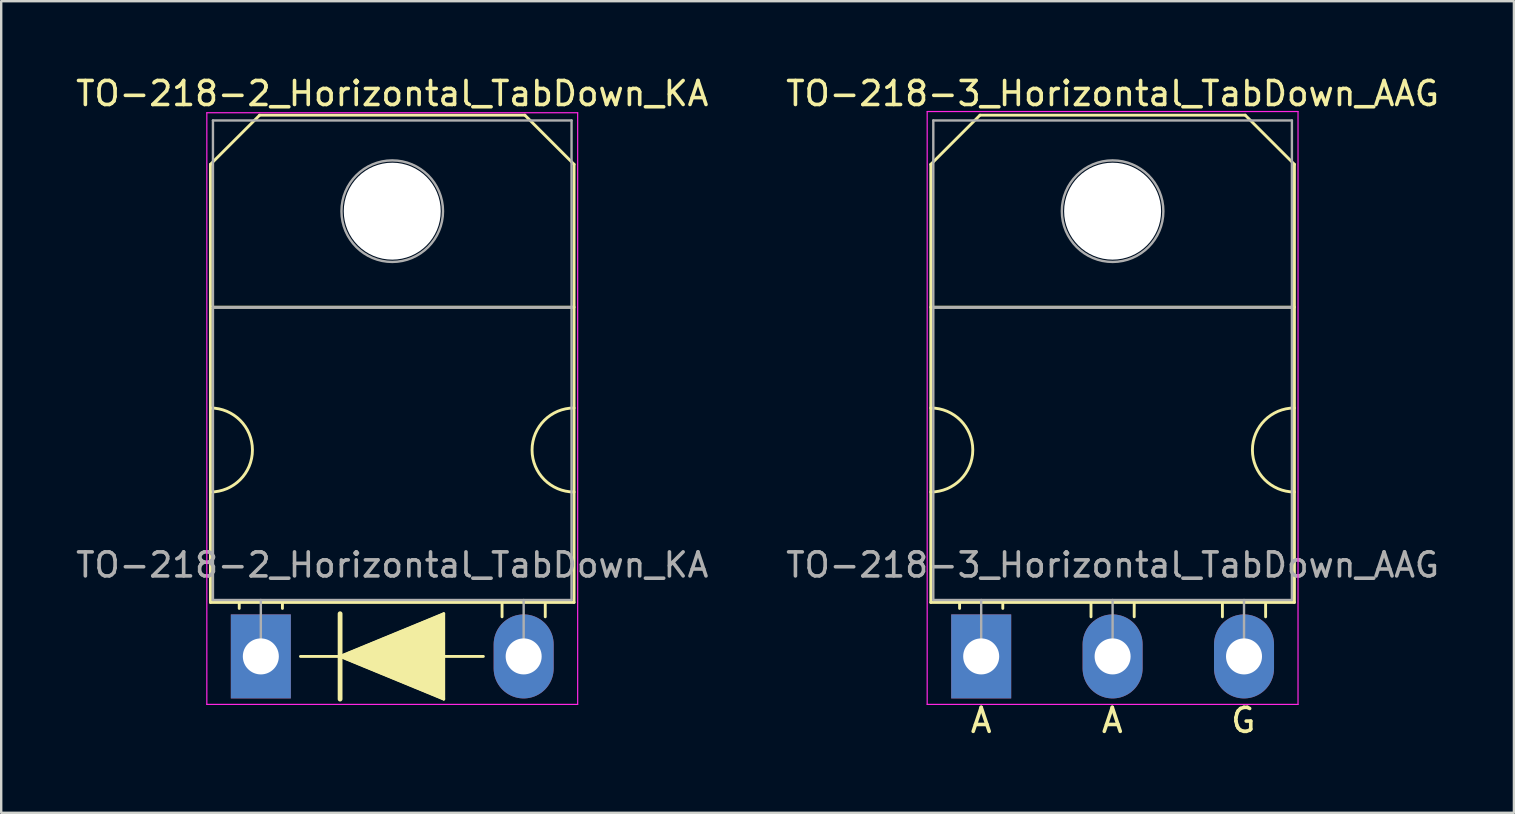
<source format=kicad_pcb>
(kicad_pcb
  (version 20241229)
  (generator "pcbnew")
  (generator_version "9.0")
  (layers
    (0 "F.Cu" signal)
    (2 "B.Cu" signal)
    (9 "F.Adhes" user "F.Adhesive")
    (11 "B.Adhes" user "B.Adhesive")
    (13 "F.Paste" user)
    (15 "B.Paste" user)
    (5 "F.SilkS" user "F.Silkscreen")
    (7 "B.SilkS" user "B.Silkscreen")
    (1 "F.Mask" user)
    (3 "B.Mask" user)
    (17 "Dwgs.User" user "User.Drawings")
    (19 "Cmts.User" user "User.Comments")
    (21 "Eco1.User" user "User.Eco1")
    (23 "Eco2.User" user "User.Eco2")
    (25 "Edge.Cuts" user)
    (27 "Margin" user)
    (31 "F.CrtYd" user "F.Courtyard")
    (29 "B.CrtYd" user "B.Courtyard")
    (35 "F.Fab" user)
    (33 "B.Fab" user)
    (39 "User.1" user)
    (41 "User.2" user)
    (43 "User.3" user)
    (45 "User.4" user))
  (footprint "TO-218-2_Horizontal_TabDown_KA"
    (layer "F.Cu")
    (at 7.817 24.298)
    (property "Reference" "TO-218-2_Horizontal_TabDown_KA" (at 5.475 -23.45 0) (layer "F.SilkS") (effects (font (size 1 1) (thickness 0.15))))
    (fp_line (start -2.1 -20.5) (end -0.05 -22.55) (stroke (width 0.12) (type solid)) (layer "F.SilkS"))
    (fp_line (start -2.1 -14.55) (end 13.05 -14.55) (stroke (width 0.12) (type solid)) (layer "F.SilkS"))
    (fp_line (start -2.1 -2.25) (end -2.1 -20.5) (stroke (width 0.12) (type solid)) (layer "F.SilkS"))
    (fp_line (start -0.9 -2.2) (end -0.9 -2) (stroke (width 0.12) (type solid)) (layer "F.SilkS"))
    (fp_line (start -0.05 -22.55) (end 11 -22.55) (stroke (width 0.12) (type solid)) (layer "F.SilkS"))
    (fp_line (start 0.9 -2.2) (end 0.9 -2) (stroke (width 0.12) (type solid)) (layer "F.SilkS"))
    (fp_line (start 1.651 0) (end 3.302 0) (stroke (width 0.12) (type solid)) (layer "F.SilkS"))
    (fp_line (start 3.302 0) (end 3.302 -1.778) (stroke (width 0.2) (type solid)) (layer "F.SilkS"))
    (fp_line (start 3.302 0) (end 7.62 -1.778) (stroke (width 0.12) (type solid)) (layer "F.SilkS"))
    (fp_line (start 3.302 1.778) (end 3.302 0) (stroke (width 0.2) (type solid)) (layer "F.SilkS"))
    (fp_line (start 7.62 -1.778) (end 7.62 1.778) (stroke (width 0.12) (type solid)) (layer "F.SilkS"))
    (fp_line (start 7.62 0) (end 9.271 0) (stroke (width 0.12) (type solid)) (layer "F.SilkS"))
    (fp_line (start 7.62 1.778) (end 3.302 0) (stroke (width 0.12) (type solid)) (layer "F.SilkS"))
    (fp_line (start 10.05 -2.2) (end 10.05 -1.65) (stroke (width 0.12) (type solid)) (layer "F.SilkS"))
    (fp_line (start 11.85 -2.2) (end 11.85 -1.65) (stroke (width 0.12) (type solid)) (layer "F.SilkS"))
    (fp_line (start 13.05 -20.5) (end 11 -22.55) (stroke (width 0.12) (type solid)) (layer "F.SilkS"))
    (fp_line (start 13.05 -20.5) (end 13.05 -2.25) (stroke (width 0.12) (type solid)) (layer "F.SilkS"))
    (fp_line (start 13.05 -2.25) (end -2.1 -2.25) (stroke (width 0.12) (type solid)) (layer "F.SilkS"))
    (fp_arc (start -2.1 -10.35) (mid -0.35 -8.6) (end -2.1 -6.85) (stroke (width 0.12) (type solid)) (layer "F.SilkS"))
    (fp_arc (start 13.05 -6.85) (mid 11.3 -8.6) (end 13.05 -10.35) (stroke (width 0.12) (type solid)) (layer "F.SilkS"))
    (fp_poly (pts (xy 7.62 1.778) (xy 3.302 0) (xy 7.62 -1.778)) (stroke (width 0.1) (type solid)) (fill yes) (layer "F.SilkS"))
    (fp_line (start -2.25 -22.65) (end -2.25 2) (stroke (width 0.05) (type solid)) (layer "F.CrtYd"))
    (fp_line (start -2.25 2) (end 13.2 2) (stroke (width 0.05) (type solid)) (layer "F.CrtYd"))
    (fp_line (start 13.2 -22.65) (end -2.25 -22.65) (stroke (width 0.05) (type solid)) (layer "F.CrtYd"))
    (fp_line (start 13.2 2) (end 13.2 -22.65) (stroke (width 0.05) (type solid)) (layer "F.CrtYd"))
    (fp_line (start -1.995 -22.33) (end 12.945 -22.33) (stroke (width 0.1) (type solid)) (layer "F.Fab"))
    (fp_line (start -1.995 -14.54) (end -1.995 -22.33) (stroke (width 0.1) (type solid)) (layer "F.Fab"))
    (fp_line (start -1.995 -14.54) (end 12.945 -14.54) (stroke (width 0.1) (type solid)) (layer "F.Fab"))
    (fp_line (start -1.995 -2.35) (end -1.995 -14.54) (stroke (width 0.1) (type solid)) (layer "F.Fab"))
    (fp_line (start 0 -2.35) (end 0 0) (stroke (width 0.1) (type solid)) (layer "F.Fab"))
    (fp_line (start 10.95 -2.35) (end 10.95 0) (stroke (width 0.1) (type solid)) (layer "F.Fab"))
    (fp_line (start 12.945 -22.33) (end 12.945 -14.54) (stroke (width 0.1) (type solid)) (layer "F.Fab"))
    (fp_line (start 12.945 -14.54) (end -1.995 -14.54) (stroke (width 0.1) (type solid)) (layer "F.Fab"))
    (fp_line (start 12.945 -14.54) (end 12.945 -2.35) (stroke (width 0.1) (type solid)) (layer "F.Fab"))
    (fp_line (start 12.945 -2.35) (end -1.995 -2.35) (stroke (width 0.1) (type solid)) (layer "F.Fab"))
    (fp_circle (center 5.475 -18.55) (end 7.59 -18.55) (stroke (width 0.1) (type solid)) (fill no) (layer "F.Fab"))
    (fp_text user "${REFERENCE}" (at 5.475 -3.81 0) (layer "F.Fab") (effects (font (size 1 1) (thickness 0.15))))
    (pad "" np_thru_hole oval (at 5.475 -18.55) (size 4.04 4.04) (drill 4.04) (layers "*.Cu" "*.Mask"))
    (pad "1" thru_hole rect (at 0 0) (size 2.5 3.5) (drill 1.5) (layers "*.Cu" "*.Mask"))
    (pad "2" thru_hole oval (at 10.95 0) (size 2.5 3.5) (drill 1.5) (layers "*.Cu" "*.Mask")))
  (footprint "TO-218-3_Horizontal_TabDown_AAG"
    (layer "F.Cu")
    (at 37.829 24.298)
    (property "Reference" "TO-218-3_Horizontal_TabDown_AAG" (at 5.475 -23.45 0) (layer "F.SilkS") (effects (font (size 1 1) (thickness 0.15))))
    (fp_line (start -2.1 -20.5) (end -0.05 -22.55) (stroke (width 0.12) (type solid)) (layer "F.SilkS"))
    (fp_line (start -2.1 -14.55) (end 13.05 -14.55) (stroke (width 0.12) (type solid)) (layer "F.SilkS"))
    (fp_line (start -2.1 -2.25) (end -2.1 -20.5) (stroke (width 0.12) (type solid)) (layer "F.SilkS"))
    (fp_line (start -0.9 -2.2) (end -0.9 -2) (stroke (width 0.12) (type solid)) (layer "F.SilkS"))
    (fp_line (start -0.05 -22.55) (end 11 -22.55) (stroke (width 0.12) (type solid)) (layer "F.SilkS"))
    (fp_line (start 0.9 -2.2) (end 0.9 -2) (stroke (width 0.12) (type solid)) (layer "F.SilkS"))
    (fp_line (start 4.575 -2.2) (end 4.575 -1.65) (stroke (width 0.12) (type solid)) (layer "F.SilkS"))
    (fp_line (start 6.375 -2.2) (end 6.375 -1.65) (stroke (width 0.12) (type solid)) (layer "F.SilkS"))
    (fp_line (start 10.05 -2.2) (end 10.05 -1.65) (stroke (width 0.12) (type solid)) (layer "F.SilkS"))
    (fp_line (start 11.85 -2.2) (end 11.85 -1.65) (stroke (width 0.12) (type solid)) (layer "F.SilkS"))
    (fp_line (start 13.05 -20.5) (end 11 -22.55) (stroke (width 0.12) (type solid)) (layer "F.SilkS"))
    (fp_line (start 13.05 -20.5) (end 13.05 -2.25) (stroke (width 0.12) (type solid)) (layer "F.SilkS"))
    (fp_line (start 13.05 -2.25) (end -2.1 -2.25) (stroke (width 0.12) (type solid)) (layer "F.SilkS"))
    (fp_arc (start -2.1 -10.35) (mid -0.35 -8.6) (end -2.1 -6.85) (stroke (width 0.12) (type solid)) (layer "F.SilkS"))
    (fp_arc (start 13.05 -6.85) (mid 11.3 -8.6) (end 13.05 -10.35) (stroke (width 0.12) (type solid)) (layer "F.SilkS"))
    (fp_line (start -2.25 -22.7) (end -2.25 2) (stroke (width 0.05) (type solid)) (layer "F.CrtYd"))
    (fp_line (start -2.25 2) (end 13.2 2) (stroke (width 0.05) (type solid)) (layer "F.CrtYd"))
    (fp_line (start 13.2 -22.7) (end -2.25 -22.7) (stroke (width 0.05) (type solid)) (layer "F.CrtYd"))
    (fp_line (start 13.2 2) (end 13.2 -22.7) (stroke (width 0.05) (type solid)) (layer "F.CrtYd"))
    (fp_line (start -1.995 -22.33) (end 12.945 -22.33) (stroke (width 0.1) (type solid)) (layer "F.Fab"))
    (fp_line (start -1.995 -14.54) (end -1.995 -22.33) (stroke (width 0.1) (type solid)) (layer "F.Fab"))
    (fp_line (start -1.995 -14.54) (end 12.945 -14.54) (stroke (width 0.1) (type solid)) (layer "F.Fab"))
    (fp_line (start -1.995 -2.35) (end -1.995 -14.54) (stroke (width 0.1) (type solid)) (layer "F.Fab"))
    (fp_line (start 0 -2.35) (end 0 0) (stroke (width 0.1) (type solid)) (layer "F.Fab"))
    (fp_line (start 5.475 -2.35) (end 5.475 0) (stroke (width 0.1) (type solid)) (layer "F.Fab"))
    (fp_line (start 10.95 -2.35) (end 10.95 0) (stroke (width 0.1) (type solid)) (layer "F.Fab"))
    (fp_line (start 12.945 -22.33) (end 12.945 -14.54) (stroke (width 0.1) (type solid)) (layer "F.Fab"))
    (fp_line (start 12.945 -14.54) (end -1.995 -14.54) (stroke (width 0.1) (type solid)) (layer "F.Fab"))
    (fp_line (start 12.945 -14.54) (end 12.945 -2.35) (stroke (width 0.1) (type solid)) (layer "F.Fab"))
    (fp_line (start 12.945 -2.35) (end -1.995 -2.35) (stroke (width 0.1) (type solid)) (layer "F.Fab"))
    (fp_circle (center 5.475 -18.55) (end 7.59 -18.55) (stroke (width 0.1) (type solid)) (fill no) (layer "F.Fab"))
    (fp_text user "A" (at 0 2.667 0) (unlocked yes) (layer "F.SilkS") (effects (font (size 1 1) (thickness 0.15))))
    (fp_text user "A" (at 5.461 2.667 0) (unlocked yes) (layer "F.SilkS") (effects (font (size 1 1) (thickness 0.15))))
    (fp_text user "G" (at 10.922 2.667 0) (unlocked yes) (layer "F.SilkS") (effects (font (size 1 1) (thickness 0.15))))
    (fp_text user "${REFERENCE}" (at 5.475 -3.81 0) (layer "F.Fab") (effects (font (size 1 1) (thickness 0.15))))
    (pad "" np_thru_hole oval (at 5.475 -18.55) (size 4.04 4.04) (drill 4.04) (layers "*.Cu" "*.Mask"))
    (pad "1" thru_hole rect (at 0 0) (size 2.5 3.5) (drill 1.5) (layers "*.Cu" "*.Mask"))
    (pad "2" thru_hole oval (at 5.475 0) (size 2.5 3.5) (drill 1.5) (layers "*.Cu" "*.Mask"))
    (pad "3" thru_hole oval (at 10.95 0) (size 2.5 3.5) (drill 1.5) (layers "*.Cu" "*.Mask")))
  (gr_rect
    (start -3 -3)
    (end 60.024 30.814)
    (stroke (width 0.1) (type default))
    (fill no)
    (layer "Edge.Cuts")))
</source>
